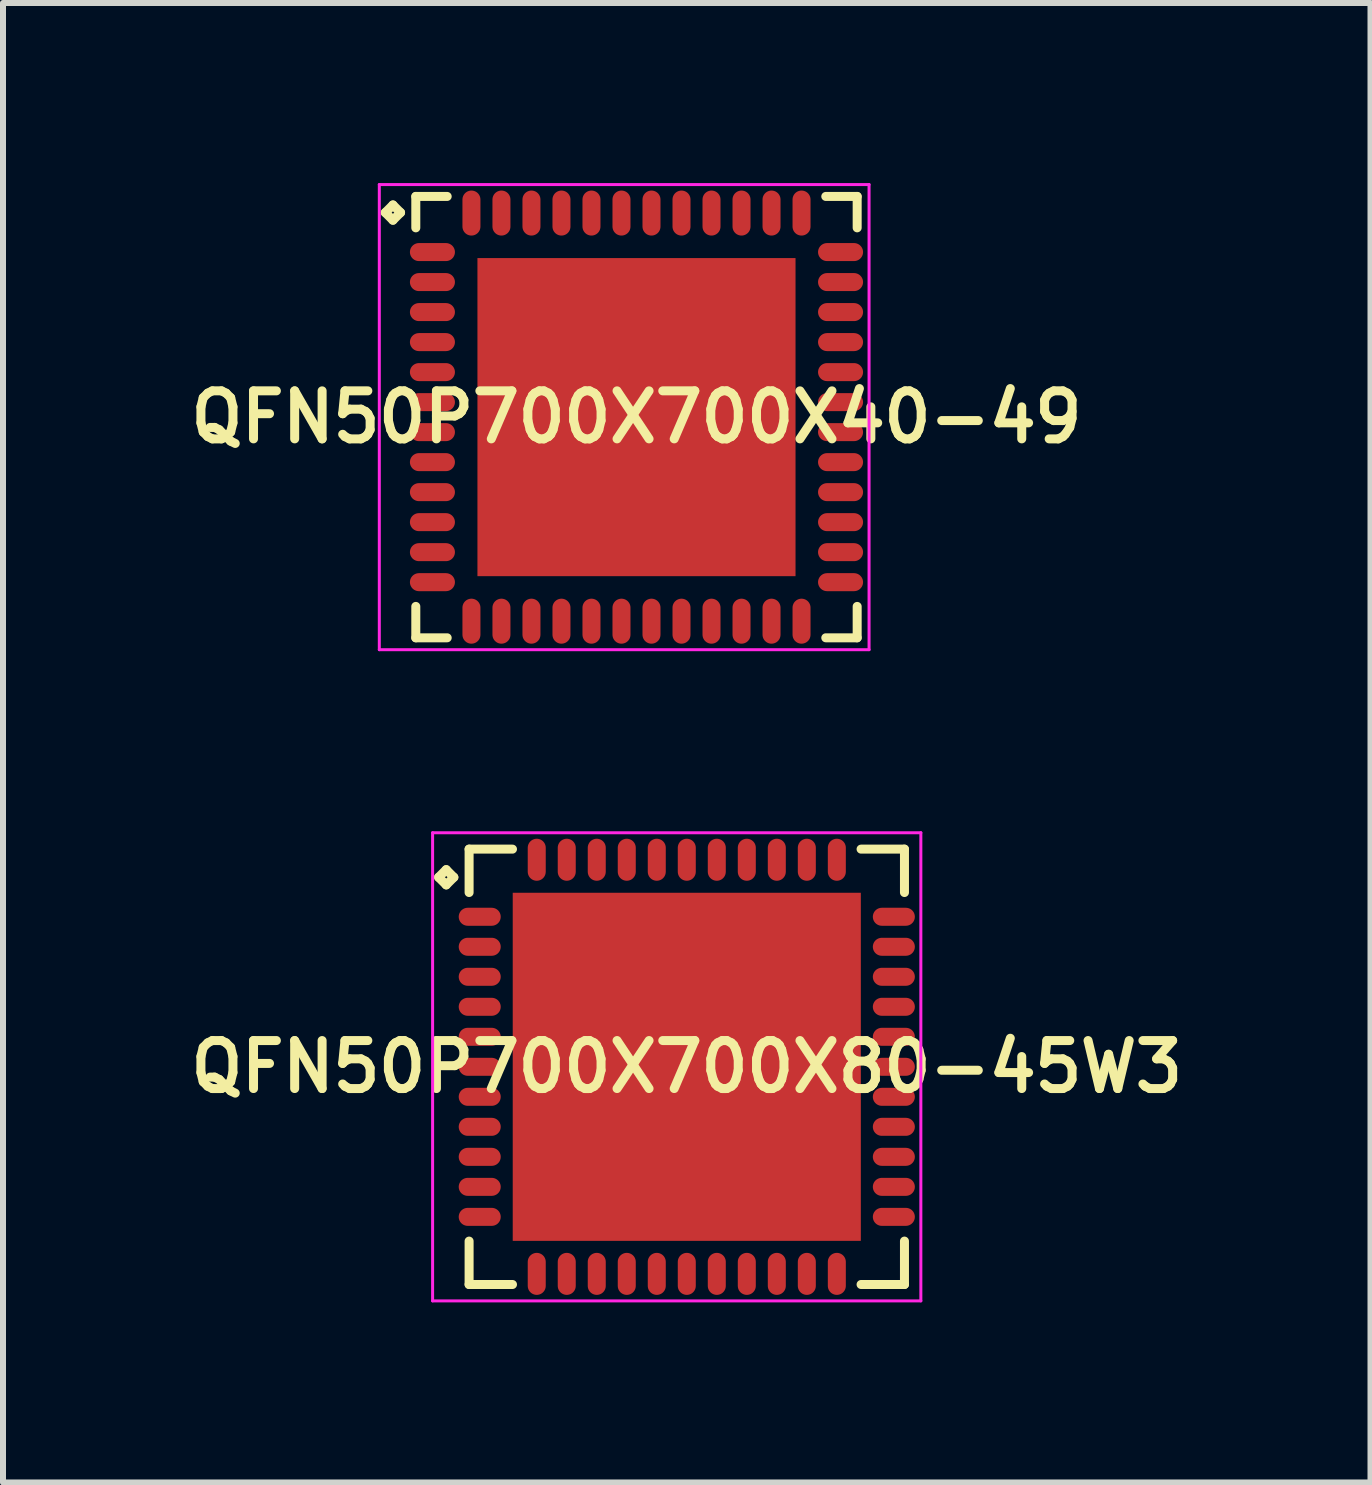
<source format=kicad_pcb>
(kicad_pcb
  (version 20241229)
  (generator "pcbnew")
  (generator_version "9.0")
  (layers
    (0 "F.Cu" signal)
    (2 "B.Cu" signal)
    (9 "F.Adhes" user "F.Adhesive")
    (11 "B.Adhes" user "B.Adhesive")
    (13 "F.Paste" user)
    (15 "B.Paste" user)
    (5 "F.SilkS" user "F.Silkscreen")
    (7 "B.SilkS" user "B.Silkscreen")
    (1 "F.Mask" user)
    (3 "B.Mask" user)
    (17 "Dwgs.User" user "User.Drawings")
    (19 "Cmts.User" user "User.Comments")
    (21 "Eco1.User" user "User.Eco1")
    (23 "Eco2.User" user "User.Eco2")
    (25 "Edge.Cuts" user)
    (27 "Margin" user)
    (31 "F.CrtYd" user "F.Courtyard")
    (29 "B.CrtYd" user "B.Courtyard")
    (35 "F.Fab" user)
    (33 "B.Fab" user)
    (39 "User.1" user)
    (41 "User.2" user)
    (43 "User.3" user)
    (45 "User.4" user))
  (footprint "QFN50P700X700X40-49"
    (layer "F.Cu")
    (at 7.555 3.9)
    (property "Reference" "QFN50P700X700X40-49" (at 0 0 0) (layer "F.SilkS") (effects (font (size 0.8 0.8) (thickness 0.15))))
    (attr smd)
    (fp_line (start -4.185 -3.408) (end -4.058 -3.535) (stroke (width 0.15) (type solid)) (layer "F.SilkS"))
    (fp_line (start -4.058 -3.535) (end -3.931 -3.408) (stroke (width 0.15) (type solid)) (layer "F.SilkS"))
    (fp_line (start -4.058 -3.281) (end -4.185 -3.408) (stroke (width 0.15) (type solid)) (layer "F.SilkS"))
    (fp_line (start -3.931 -3.408) (end -4.058 -3.281) (stroke (width 0.15) (type solid)) (layer "F.SilkS"))
    (fp_line (start -3.677 -3.677) (end -3.154 -3.677) (stroke (width 0.15) (type solid)) (layer "F.SilkS"))
    (fp_line (start -3.677 -3.154) (end -3.677 -3.677) (stroke (width 0.15) (type solid)) (layer "F.SilkS"))
    (fp_line (start -3.677 3.154) (end -3.677 3.677) (stroke (width 0.15) (type solid)) (layer "F.SilkS"))
    (fp_line (start -3.677 3.677) (end -3.154 3.677) (stroke (width 0.15) (type solid)) (layer "F.SilkS"))
    (fp_line (start 3.154 -3.677) (end 3.677 -3.677) (stroke (width 0.15) (type solid)) (layer "F.SilkS"))
    (fp_line (start 3.154 3.677) (end 3.677 3.677) (stroke (width 0.15) (type solid)) (layer "F.SilkS"))
    (fp_line (start 3.677 -3.677) (end 3.677 -3.154) (stroke (width 0.15) (type solid)) (layer "F.SilkS"))
    (fp_line (start 3.677 3.677) (end 3.677 3.154) (stroke (width 0.15) (type solid)) (layer "F.SilkS"))
    (fp_line (start -4.285 -3.875) (end 3.875 -3.875) (stroke (width 0.05) (type solid)) (layer "F.CrtYd"))
    (fp_line (start -4.285 3.875) (end -4.285 -3.875) (stroke (width 0.05) (type solid)) (layer "F.CrtYd"))
    (fp_line (start 3.875 -3.875) (end 3.875 3.875) (stroke (width 0.05) (type solid)) (layer "F.CrtYd"))
    (fp_line (start 3.875 3.875) (end -4.285 3.875) (stroke (width 0.05) (type solid)) (layer "F.CrtYd"))
    (pad "1" smd oval (at -3.4 -2.75) (size 0.75 0.3) (layers "F.Cu" "F.Mask" "F.Paste"))
    (pad "2" smd oval (at -3.4 -2.25) (size 0.75 0.3) (layers "F.Cu" "F.Mask" "F.Paste"))
    (pad "3" smd oval (at -3.4 -1.75) (size 0.75 0.3) (layers "F.Cu" "F.Mask" "F.Paste"))
    (pad "4" smd oval (at -3.4 -1.25) (size 0.75 0.3) (layers "F.Cu" "F.Mask" "F.Paste"))
    (pad "5" smd oval (at -3.4 -0.75) (size 0.75 0.3) (layers "F.Cu" "F.Mask" "F.Paste"))
    (pad "6" smd oval (at -3.4 -0.25) (size 0.75 0.3) (layers "F.Cu" "F.Mask" "F.Paste"))
    (pad "7" smd oval (at -3.4 0.25) (size 0.75 0.3) (layers "F.Cu" "F.Mask" "F.Paste"))
    (pad "8" smd oval (at -3.4 0.75) (size 0.75 0.3) (layers "F.Cu" "F.Mask" "F.Paste"))
    (pad "9" smd oval (at -3.4 1.25) (size 0.75 0.3) (layers "F.Cu" "F.Mask" "F.Paste"))
    (pad "10" smd oval (at -3.4 1.75) (size 0.75 0.3) (layers "F.Cu" "F.Mask" "F.Paste"))
    (pad "11" smd oval (at -3.4 2.25) (size 0.75 0.3) (layers "F.Cu" "F.Mask" "F.Paste"))
    (pad "12" smd oval (at -3.4 2.75) (size 0.75 0.3) (layers "F.Cu" "F.Mask" "F.Paste"))
    (pad "13" smd oval (at -2.75 3.4) (size 0.3 0.75) (layers "F.Cu" "F.Mask" "F.Paste"))
    (pad "14" smd oval (at -2.25 3.4) (size 0.3 0.75) (layers "F.Cu" "F.Mask" "F.Paste"))
    (pad "15" smd oval (at -1.75 3.4) (size 0.3 0.75) (layers "F.Cu" "F.Mask" "F.Paste"))
    (pad "16" smd oval (at -1.25 3.4) (size 0.3 0.75) (layers "F.Cu" "F.Mask" "F.Paste"))
    (pad "17" smd oval (at -0.75 3.4) (size 0.3 0.75) (layers "F.Cu" "F.Mask" "F.Paste"))
    (pad "18" smd oval (at -0.25 3.4) (size 0.3 0.75) (layers "F.Cu" "F.Mask" "F.Paste"))
    (pad "19" smd oval (at 0.25 3.4) (size 0.3 0.75) (layers "F.Cu" "F.Mask" "F.Paste"))
    (pad "20" smd oval (at 0.75 3.4) (size 0.3 0.75) (layers "F.Cu" "F.Mask" "F.Paste"))
    (pad "21" smd oval (at 1.25 3.4) (size 0.3 0.75) (layers "F.Cu" "F.Mask" "F.Paste"))
    (pad "22" smd oval (at 1.75 3.4) (size 0.3 0.75) (layers "F.Cu" "F.Mask" "F.Paste"))
    (pad "23" smd oval (at 2.25 3.4) (size 0.3 0.75) (layers "F.Cu" "F.Mask" "F.Paste"))
    (pad "24" smd oval (at 2.75 3.4) (size 0.3 0.75) (layers "F.Cu" "F.Mask" "F.Paste"))
    (pad "25" smd oval (at 3.4 2.75) (size 0.75 0.3) (layers "F.Cu" "F.Mask" "F.Paste"))
    (pad "26" smd oval (at 3.4 2.25) (size 0.75 0.3) (layers "F.Cu" "F.Mask" "F.Paste"))
    (pad "27" smd oval (at 3.4 1.75) (size 0.75 0.3) (layers "F.Cu" "F.Mask" "F.Paste"))
    (pad "28" smd oval (at 3.4 1.25) (size 0.75 0.3) (layers "F.Cu" "F.Mask" "F.Paste"))
    (pad "29" smd oval (at 3.4 0.75) (size 0.75 0.3) (layers "F.Cu" "F.Mask" "F.Paste"))
    (pad "30" smd oval (at 3.4 0.25) (size 0.75 0.3) (layers "F.Cu" "F.Mask" "F.Paste"))
    (pad "31" smd oval (at 3.4 -0.25) (size 0.75 0.3) (layers "F.Cu" "F.Mask" "F.Paste"))
    (pad "32" smd oval (at 3.4 -0.75) (size 0.75 0.3) (layers "F.Cu" "F.Mask" "F.Paste"))
    (pad "33" smd oval (at 3.4 -1.25) (size 0.75 0.3) (layers "F.Cu" "F.Mask" "F.Paste"))
    (pad "34" smd oval (at 3.4 -1.75) (size 0.75 0.3) (layers "F.Cu" "F.Mask" "F.Paste"))
    (pad "35" smd oval (at 3.4 -2.25) (size 0.75 0.3) (layers "F.Cu" "F.Mask" "F.Paste"))
    (pad "36" smd oval (at 3.4 -2.75) (size 0.75 0.3) (layers "F.Cu" "F.Mask" "F.Paste"))
    (pad "37" smd oval (at 2.75 -3.4) (size 0.3 0.75) (layers "F.Cu" "F.Mask" "F.Paste"))
    (pad "38" smd oval (at 2.25 -3.4) (size 0.3 0.75) (layers "F.Cu" "F.Mask" "F.Paste"))
    (pad "39" smd oval (at 1.75 -3.4) (size 0.3 0.75) (layers "F.Cu" "F.Mask" "F.Paste"))
    (pad "40" smd oval (at 1.25 -3.4) (size 0.3 0.75) (layers "F.Cu" "F.Mask" "F.Paste"))
    (pad "41" smd oval (at 0.75 -3.4) (size 0.3 0.75) (layers "F.Cu" "F.Mask" "F.Paste"))
    (pad "42" smd oval (at 0.25 -3.4) (size 0.3 0.75) (layers "F.Cu" "F.Mask" "F.Paste"))
    (pad "43" smd oval (at -0.25 -3.4) (size 0.3 0.75) (layers "F.Cu" "F.Mask" "F.Paste"))
    (pad "44" smd oval (at -0.75 -3.4) (size 0.3 0.75) (layers "F.Cu" "F.Mask" "F.Paste"))
    (pad "45" smd oval (at -1.25 -3.4) (size 0.3 0.75) (layers "F.Cu" "F.Mask" "F.Paste"))
    (pad "46" smd oval (at -1.75 -3.4) (size 0.3 0.75) (layers "F.Cu" "F.Mask" "F.Paste"))
    (pad "47" smd oval (at -2.25 -3.4) (size 0.3 0.75) (layers "F.Cu" "F.Mask" "F.Paste"))
    (pad "48" smd oval (at -2.75 -3.4) (size 0.3 0.75) (layers "F.Cu" "F.Mask" "F.Paste"))
    (pad "49" smd rect (at 0 0) (size 5.3 5.3) (layers "F.Cu" "F.Mask" "F.Paste")))
  (footprint "QFN50P700X700X80-45W3"
    (layer "F.Cu")
    (at 8.393 14.725)
    (property "Reference" "QFN50P700X700X80-45W3" (at 0 0 0) (layer "F.SilkS") (effects (font (size 0.8 0.8) (thickness 0.15))))
    (attr smd)
    (fp_line (start -4.135 -3.158) (end -4.008 -3.285) (stroke (width 0.15) (type solid)) (layer "F.SilkS"))
    (fp_line (start -4.008 -3.285) (end -3.881 -3.158) (stroke (width 0.15) (type solid)) (layer "F.SilkS"))
    (fp_line (start -4.008 -3.031) (end -4.135 -3.158) (stroke (width 0.15) (type solid)) (layer "F.SilkS"))
    (fp_line (start -3.881 -3.158) (end -4.008 -3.031) (stroke (width 0.15) (type solid)) (layer "F.SilkS"))
    (fp_line (start -3.627 -3.627) (end -2.904 -3.627) (stroke (width 0.15) (type solid)) (layer "F.SilkS"))
    (fp_line (start -3.627 -2.904) (end -3.627 -3.627) (stroke (width 0.15) (type solid)) (layer "F.SilkS"))
    (fp_line (start -3.627 2.904) (end -3.627 3.627) (stroke (width 0.15) (type solid)) (layer "F.SilkS"))
    (fp_line (start -3.627 3.627) (end -2.904 3.627) (stroke (width 0.15) (type solid)) (layer "F.SilkS"))
    (fp_line (start 2.904 -3.627) (end 3.627 -3.627) (stroke (width 0.15) (type solid)) (layer "F.SilkS"))
    (fp_line (start 2.904 3.627) (end 3.627 3.627) (stroke (width 0.15) (type solid)) (layer "F.SilkS"))
    (fp_line (start 3.627 -3.627) (end 3.627 -2.904) (stroke (width 0.15) (type solid)) (layer "F.SilkS"))
    (fp_line (start 3.627 3.627) (end 3.627 2.904) (stroke (width 0.15) (type solid)) (layer "F.SilkS"))
    (fp_line (start -4.235 -3.9) (end 3.9 -3.9) (stroke (width 0.05) (type solid)) (layer "F.CrtYd"))
    (fp_line (start -4.235 3.9) (end -4.235 -3.9) (stroke (width 0.05) (type solid)) (layer "F.CrtYd"))
    (fp_line (start 3.9 -3.9) (end 3.9 3.9) (stroke (width 0.05) (type solid)) (layer "F.CrtYd"))
    (fp_line (start 3.9 3.9) (end -4.235 3.9) (stroke (width 0.05) (type solid)) (layer "F.CrtYd"))
    (pad "1" smd oval (at -3.45 -2.5) (size 0.7 0.3) (layers "F.Cu" "F.Mask" "F.Paste"))
    (pad "2" smd oval (at -3.45 -2) (size 0.7 0.3) (layers "F.Cu" "F.Mask" "F.Paste"))
    (pad "3" smd oval (at -3.45 -1.5) (size 0.7 0.3) (layers "F.Cu" "F.Mask" "F.Paste"))
    (pad "4" smd oval (at -3.45 -1) (size 0.7 0.3) (layers "F.Cu" "F.Mask" "F.Paste"))
    (pad "5" smd oval (at -3.45 -0.5) (size 0.7 0.3) (layers "F.Cu" "F.Mask" "F.Paste"))
    (pad "6" smd oval (at -3.45 0) (size 0.7 0.3) (layers "F.Cu" "F.Mask" "F.Paste"))
    (pad "7" smd oval (at -3.45 0.5) (size 0.7 0.3) (layers "F.Cu" "F.Mask" "F.Paste"))
    (pad "8" smd oval (at -3.45 1) (size 0.7 0.3) (layers "F.Cu" "F.Mask" "F.Paste"))
    (pad "9" smd oval (at -3.45 1.5) (size 0.7 0.3) (layers "F.Cu" "F.Mask" "F.Paste"))
    (pad "10" smd oval (at -3.45 2) (size 0.7 0.3) (layers "F.Cu" "F.Mask" "F.Paste"))
    (pad "11" smd oval (at -3.45 2.5) (size 0.7 0.3) (layers "F.Cu" "F.Mask" "F.Paste"))
    (pad "12" smd oval (at -2.5 3.45) (size 0.3 0.7) (layers "F.Cu" "F.Mask" "F.Paste"))
    (pad "13" smd oval (at -2 3.45) (size 0.3 0.7) (layers "F.Cu" "F.Mask" "F.Paste"))
    (pad "14" smd oval (at -1.5 3.45) (size 0.3 0.7) (layers "F.Cu" "F.Mask" "F.Paste"))
    (pad "15" smd oval (at -1 3.45) (size 0.3 0.7) (layers "F.Cu" "F.Mask" "F.Paste"))
    (pad "16" smd oval (at -0.5 3.45) (size 0.3 0.7) (layers "F.Cu" "F.Mask" "F.Paste"))
    (pad "17" smd oval (at 0 3.45) (size 0.3 0.7) (layers "F.Cu" "F.Mask" "F.Paste"))
    (pad "18" smd oval (at 0.5 3.45) (size 0.3 0.7) (layers "F.Cu" "F.Mask" "F.Paste"))
    (pad "19" smd oval (at 1 3.45) (size 0.3 0.7) (layers "F.Cu" "F.Mask" "F.Paste"))
    (pad "20" smd oval (at 1.5 3.45) (size 0.3 0.7) (layers "F.Cu" "F.Mask" "F.Paste"))
    (pad "21" smd oval (at 2 3.45) (size 0.3 0.7) (layers "F.Cu" "F.Mask" "F.Paste"))
    (pad "22" smd oval (at 2.5 3.45) (size 0.3 0.7) (layers "F.Cu" "F.Mask" "F.Paste"))
    (pad "23" smd oval (at 3.45 2.5) (size 0.7 0.3) (layers "F.Cu" "F.Mask" "F.Paste"))
    (pad "24" smd oval (at 3.45 2) (size 0.7 0.3) (layers "F.Cu" "F.Mask" "F.Paste"))
    (pad "25" smd oval (at 3.45 1.5) (size 0.7 0.3) (layers "F.Cu" "F.Mask" "F.Paste"))
    (pad "26" smd oval (at 3.45 1) (size 0.7 0.3) (layers "F.Cu" "F.Mask" "F.Paste"))
    (pad "27" smd oval (at 3.45 0.5) (size 0.7 0.3) (layers "F.Cu" "F.Mask" "F.Paste"))
    (pad "28" smd oval (at 3.45 0) (size 0.7 0.3) (layers "F.Cu" "F.Mask" "F.Paste"))
    (pad "29" smd oval (at 3.45 -0.5) (size 0.7 0.3) (layers "F.Cu" "F.Mask" "F.Paste"))
    (pad "30" smd oval (at 3.45 -1) (size 0.7 0.3) (layers "F.Cu" "F.Mask" "F.Paste"))
    (pad "31" smd oval (at 3.45 -1.5) (size 0.7 0.3) (layers "F.Cu" "F.Mask" "F.Paste"))
    (pad "32" smd oval (at 3.45 -2) (size 0.7 0.3) (layers "F.Cu" "F.Mask" "F.Paste"))
    (pad "33" smd oval (at 3.45 -2.5) (size 0.7 0.3) (layers "F.Cu" "F.Mask" "F.Paste"))
    (pad "34" smd oval (at 2.5 -3.45) (size 0.3 0.7) (layers "F.Cu" "F.Mask" "F.Paste"))
    (pad "35" smd oval (at 2 -3.45) (size 0.3 0.7) (layers "F.Cu" "F.Mask" "F.Paste"))
    (pad "36" smd oval (at 1.5 -3.45) (size 0.3 0.7) (layers "F.Cu" "F.Mask" "F.Paste"))
    (pad "37" smd oval (at 1 -3.45) (size 0.3 0.7) (layers "F.Cu" "F.Mask" "F.Paste"))
    (pad "38" smd oval (at 0.5 -3.45) (size 0.3 0.7) (layers "F.Cu" "F.Mask" "F.Paste"))
    (pad "39" smd oval (at 0 -3.45) (size 0.3 0.7) (layers "F.Cu" "F.Mask" "F.Paste"))
    (pad "40" smd oval (at -0.5 -3.45) (size 0.3 0.7) (layers "F.Cu" "F.Mask" "F.Paste"))
    (pad "41" smd oval (at -1 -3.45) (size 0.3 0.7) (layers "F.Cu" "F.Mask" "F.Paste"))
    (pad "42" smd oval (at -1.5 -3.45) (size 0.3 0.7) (layers "F.Cu" "F.Mask" "F.Paste"))
    (pad "43" smd oval (at -2 -3.45) (size 0.3 0.7) (layers "F.Cu" "F.Mask" "F.Paste"))
    (pad "44" smd oval (at -2.5 -3.45) (size 0.3 0.7) (layers "F.Cu" "F.Mask" "F.Paste"))
    (pad "45" smd rect (at 0 0) (size 5.8 5.8) (layers "F.Cu" "F.Mask" "F.Paste")))
  (gr_rect
    (start -3 -3)
    (end 19.785 21.65)
    (stroke (width 0.1) (type default))
    (fill no)
    (layer "Edge.Cuts")))
</source>
